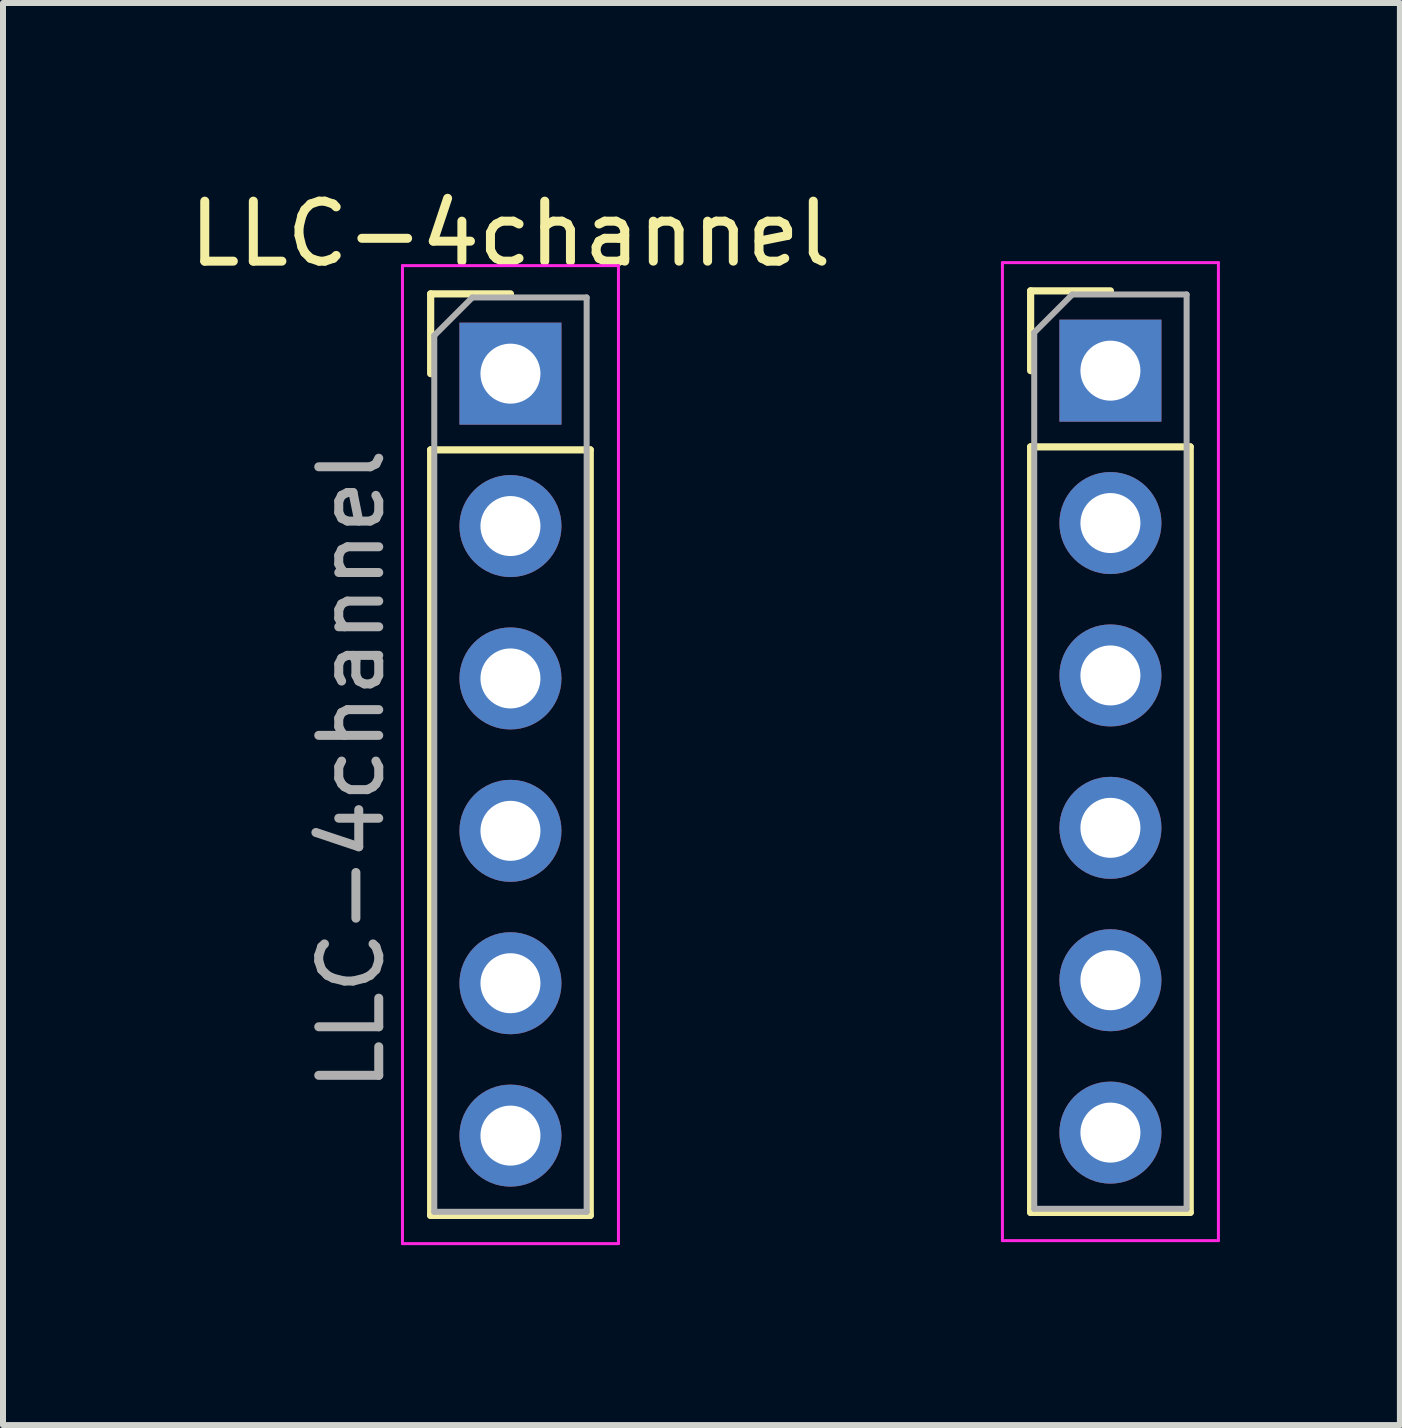
<source format=kicad_pcb>
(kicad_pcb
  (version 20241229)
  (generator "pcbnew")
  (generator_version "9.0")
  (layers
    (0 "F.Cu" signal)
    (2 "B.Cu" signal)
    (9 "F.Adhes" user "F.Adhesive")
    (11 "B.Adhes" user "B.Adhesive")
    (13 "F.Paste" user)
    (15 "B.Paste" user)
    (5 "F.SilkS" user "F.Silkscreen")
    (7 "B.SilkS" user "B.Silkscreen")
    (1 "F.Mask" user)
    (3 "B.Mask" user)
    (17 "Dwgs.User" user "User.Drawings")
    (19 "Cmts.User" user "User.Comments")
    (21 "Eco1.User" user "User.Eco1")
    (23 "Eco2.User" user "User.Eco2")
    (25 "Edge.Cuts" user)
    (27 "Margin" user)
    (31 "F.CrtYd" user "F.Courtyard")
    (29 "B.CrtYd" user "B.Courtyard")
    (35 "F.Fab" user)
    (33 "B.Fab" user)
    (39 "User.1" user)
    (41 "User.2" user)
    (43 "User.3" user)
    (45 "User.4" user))
  (footprint "LLC-4channel"
    (layer "F.Cu")
    (at 5.458 3.178)
    (property "Reference" "LLC-4channel" (at 0 -2.33 0) (layer "F.SilkS") (effects (font (size 1 1) (thickness 0.15))))
    (attr through_hole)
    (fp_line (start -1.33 -1.33) (end 0 -1.33) (stroke (width 0.12) (type solid)) (layer "F.SilkS"))
    (fp_line (start -1.33 0) (end -1.33 -1.33) (stroke (width 0.12) (type solid)) (layer "F.SilkS"))
    (fp_line (start -1.33 1.27) (end -1.33 14.03) (stroke (width 0.12) (type solid)) (layer "F.SilkS"))
    (fp_line (start -1.33 1.27) (end 1.33 1.27) (stroke (width 0.12) (type solid)) (layer "F.SilkS"))
    (fp_line (start -1.33 14.03) (end 1.33 14.03) (stroke (width 0.12) (type solid)) (layer "F.SilkS"))
    (fp_line (start 1.33 1.27) (end 1.33 14.03) (stroke (width 0.12) (type solid)) (layer "F.SilkS"))
    (fp_line (start 8.67 -1.38) (end 10 -1.38) (stroke (width 0.12) (type solid)) (layer "F.SilkS"))
    (fp_line (start 8.67 -0.05) (end 8.67 -1.38) (stroke (width 0.12) (type solid)) (layer "F.SilkS"))
    (fp_line (start 8.67 1.22) (end 8.67 13.98) (stroke (width 0.12) (type solid)) (layer "F.SilkS"))
    (fp_line (start 8.67 1.22) (end 11.33 1.22) (stroke (width 0.12) (type solid)) (layer "F.SilkS"))
    (fp_line (start 8.67 13.98) (end 11.33 13.98) (stroke (width 0.12) (type solid)) (layer "F.SilkS"))
    (fp_line (start 11.33 1.22) (end 11.33 13.98) (stroke (width 0.12) (type solid)) (layer "F.SilkS"))
    (fp_line (start -1.8 -1.8) (end -1.8 14.5) (stroke (width 0.05) (type solid)) (layer "F.CrtYd"))
    (fp_line (start -1.8 14.5) (end 1.8 14.5) (stroke (width 0.05) (type solid)) (layer "F.CrtYd"))
    (fp_line (start 1.8 -1.8) (end -1.8 -1.8) (stroke (width 0.05) (type solid)) (layer "F.CrtYd"))
    (fp_line (start 1.8 14.5) (end 1.8 -1.8) (stroke (width 0.05) (type solid)) (layer "F.CrtYd"))
    (fp_line (start 8.2 -1.85) (end 8.2 14.45) (stroke (width 0.05) (type solid)) (layer "F.CrtYd"))
    (fp_line (start 8.2 14.45) (end 11.8 14.45) (stroke (width 0.05) (type solid)) (layer "F.CrtYd"))
    (fp_line (start 11.8 -1.85) (end 8.2 -1.85) (stroke (width 0.05) (type solid)) (layer "F.CrtYd"))
    (fp_line (start 11.8 14.45) (end 11.8 -1.85) (stroke (width 0.05) (type solid)) (layer "F.CrtYd"))
    (fp_line (start -1.27 -0.635) (end -0.635 -1.27) (stroke (width 0.1) (type solid)) (layer "F.Fab"))
    (fp_line (start -1.27 13.97) (end -1.27 -0.635) (stroke (width 0.1) (type solid)) (layer "F.Fab"))
    (fp_line (start -0.635 -1.27) (end 1.27 -1.27) (stroke (width 0.1) (type solid)) (layer "F.Fab"))
    (fp_line (start 1.27 -1.27) (end 1.27 13.97) (stroke (width 0.1) (type solid)) (layer "F.Fab"))
    (fp_line (start 1.27 13.97) (end -1.27 13.97) (stroke (width 0.1) (type solid)) (layer "F.Fab"))
    (fp_line (start 8.73 -0.685) (end 9.365 -1.32) (stroke (width 0.1) (type solid)) (layer "F.Fab"))
    (fp_line (start 8.73 13.92) (end 8.73 -0.685) (stroke (width 0.1) (type solid)) (layer "F.Fab"))
    (fp_line (start 9.365 -1.32) (end 11.27 -1.32) (stroke (width 0.1) (type solid)) (layer "F.Fab"))
    (fp_line (start 11.27 -1.32) (end 11.27 13.92) (stroke (width 0.1) (type solid)) (layer "F.Fab"))
    (fp_line (start 11.27 13.92) (end 8.73 13.92) (stroke (width 0.1) (type solid)) (layer "F.Fab"))
    (fp_text user "${REFERENCE}" (at -2.65 6.6 90) (layer "F.Fab") (effects (font (size 1 1) (thickness 0.15))))
    (pad "1" thru_hole rect (at 0 0) (size 1.7 1.7) (drill 1) (layers "*.Cu" "*.Mask"))
    (pad "2" thru_hole oval (at 0 2.54) (size 1.7 1.7) (drill 1) (layers "*.Cu" "*.Mask"))
    (pad "3" thru_hole oval (at 0 5.08) (size 1.7 1.7) (drill 1) (layers "*.Cu" "*.Mask"))
    (pad "4" thru_hole oval (at 0 7.62) (size 1.7 1.7) (drill 1) (layers "*.Cu" "*.Mask"))
    (pad "5" thru_hole oval (at 0 10.16) (size 1.7 1.7) (drill 1) (layers "*.Cu" "*.Mask"))
    (pad "6" thru_hole oval (at 0 12.7) (size 1.7 1.7) (drill 1) (layers "*.Cu" "*.Mask"))
    (pad "7" thru_hole oval (at 10 12.65) (size 1.7 1.7) (drill 1) (layers "*.Cu" "*.Mask"))
    (pad "8" thru_hole oval (at 10 10.11) (size 1.7 1.7) (drill 1) (layers "*.Cu" "*.Mask"))
    (pad "9" thru_hole oval (at 10 7.57) (size 1.7 1.7) (drill 1) (layers "*.Cu" "*.Mask"))
    (pad "10" thru_hole oval (at 10 5.03) (size 1.7 1.7) (drill 1) (layers "*.Cu" "*.Mask"))
    (pad "11" thru_hole oval (at 10 2.49) (size 1.7 1.7) (drill 1) (layers "*.Cu" "*.Mask"))
    (pad "12" thru_hole rect (at 10 -0.05) (size 1.7 1.7) (drill 1) (layers "*.Cu" "*.Mask")))
  (gr_rect
    (start -3 -3)
    (end 20.283 20.703)
    (stroke (width 0.1) (type default))
    (fill no)
    (layer "Edge.Cuts")))
</source>
